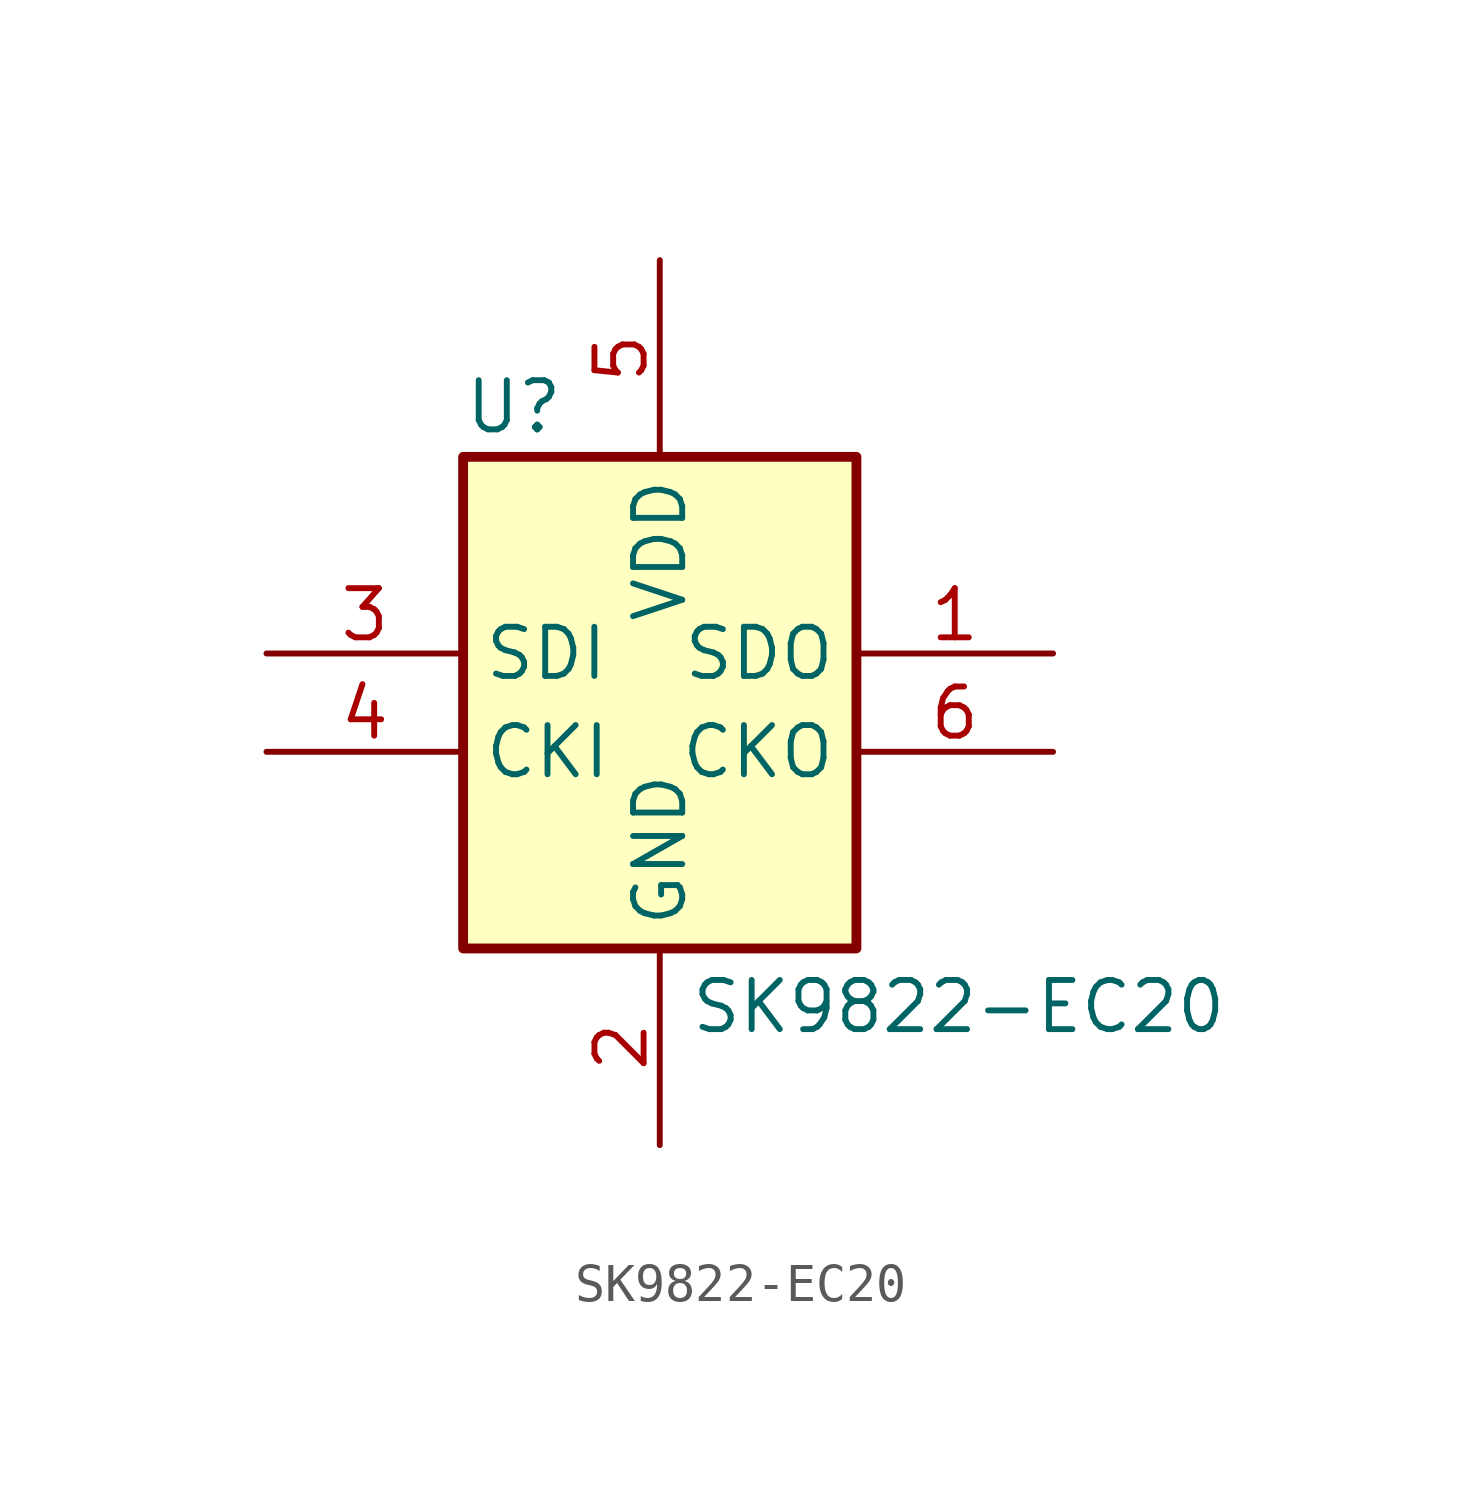
<source format=kicad_sym>
(kicad_symbol_lib
  (version 20231120)
  (generator "kicad_symbol_editor")
  (generator_version "8.0")
  (symbol "SK9822-EC20"
    (property "Reference" "U"
      (at -5.08 8.382 0)
      (effects (font (size 1.27 1.27)) (justify left top)))
    (property "Value" "SK9822-EC20"
      (at 0.762 -7.112 0)
      (effects (font (size 1.27 1.27)) (justify left top)))
    (symbol "SK9822-EC20_1_1"
      (rectangle (start -5.08 6.35) (end 5.08 -6.35) (stroke (width 0.254) (type default)) (fill (type background)))
      (pin output line (at 10.16 1.27 180) (length 5.08) (name "SDO" (effects (font (size 1.27 1.27)))) (number "1" (effects (font (size 1.27 1.27)))))
      (pin power_in line (at 0 -11.43 90) (length 5.08) (name "GND" (effects (font (size 1.27 1.27)))) (number "2" (effects (font (size 1.27 1.27)))))
      (pin input line (at -10.16 1.27 0) (length 5.08) (name "SDI" (effects (font (size 1.27 1.27)))) (number "3" (effects (font (size 1.27 1.27)))))
      (pin input line (at -10.16 -1.27 0) (length 5.08) (name "CKI" (effects (font (size 1.27 1.27)))) (number "4" (effects (font (size 1.27 1.27)))))
      (pin power_in line (at 0 11.43 270) (length 5.08) (name "VDD" (effects (font (size 1.27 1.27)))) (number "5" (effects (font (size 1.27 1.27)))))
      (pin output line (at 10.16 -1.27 180) (length 5.08) (name "CKO" (effects (font (size 1.27 1.27)))) (number "6" (effects (font (size 1.27 1.27))))))))
</source>
